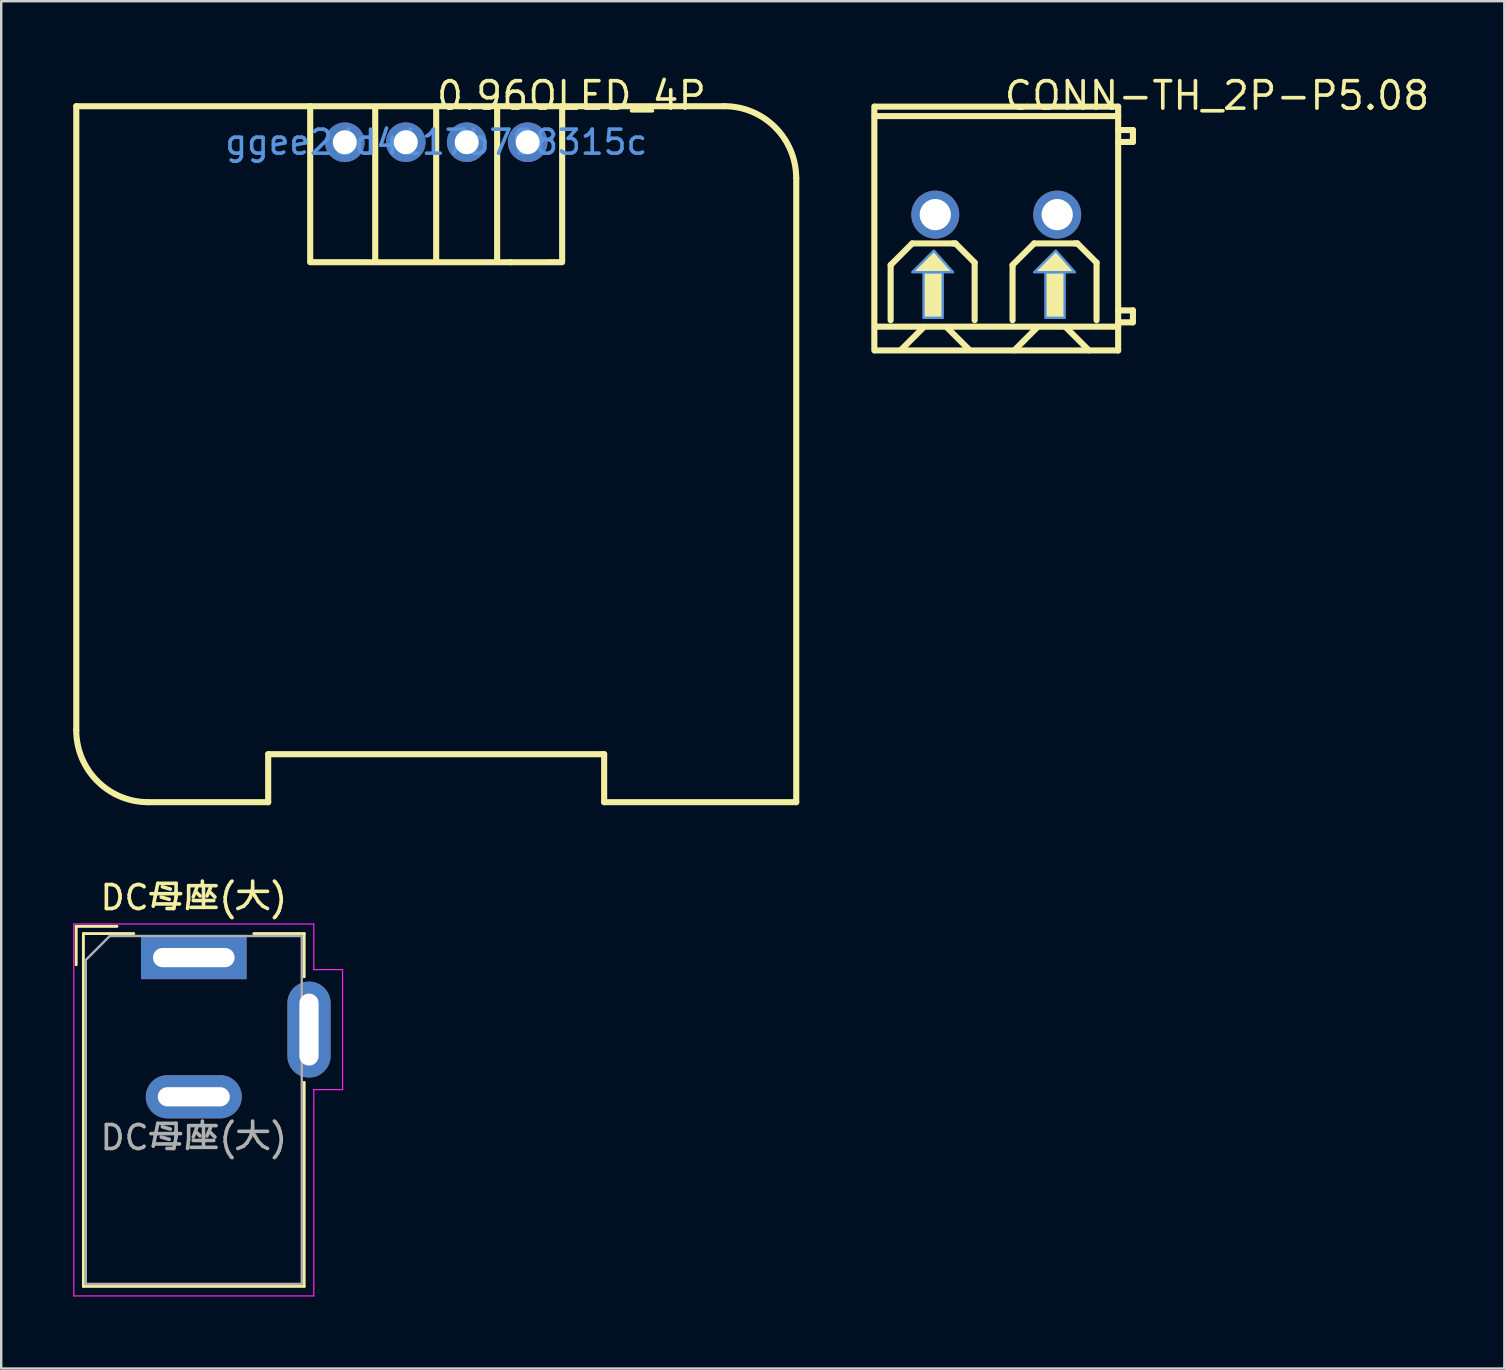
<source format=kicad_pcb>
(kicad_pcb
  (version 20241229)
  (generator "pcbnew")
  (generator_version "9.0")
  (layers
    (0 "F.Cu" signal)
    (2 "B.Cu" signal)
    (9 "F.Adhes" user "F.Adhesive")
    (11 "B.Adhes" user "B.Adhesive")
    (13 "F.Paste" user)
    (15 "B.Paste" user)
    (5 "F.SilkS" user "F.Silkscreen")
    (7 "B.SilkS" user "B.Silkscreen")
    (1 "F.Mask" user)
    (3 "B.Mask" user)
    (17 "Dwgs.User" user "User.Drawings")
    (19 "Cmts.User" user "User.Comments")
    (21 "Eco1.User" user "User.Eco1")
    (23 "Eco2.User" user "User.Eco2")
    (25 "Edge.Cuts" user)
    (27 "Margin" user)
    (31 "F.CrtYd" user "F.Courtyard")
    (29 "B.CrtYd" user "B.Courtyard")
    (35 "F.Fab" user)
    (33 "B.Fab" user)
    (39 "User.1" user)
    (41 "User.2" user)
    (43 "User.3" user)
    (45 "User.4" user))
  (footprint "DC母座(大)"
    (layer "F.Cu")
    (at 5.025 36.852)
    (property "Reference" "DC母座(大)" (at 0 -2.5 180) (layer "F.SilkS") (effects (font (size 1 1) (thickness 0.15))))
    (attr through_hole)
    (fp_line (start -4.9 -1.3) (end -4.9 0.3) (stroke (width 0.12) (type solid)) (layer "F.SilkS"))
    (fp_line (start -4.6 -1) (end -2.5 -1) (stroke (width 0.12) (type solid)) (layer "F.SilkS"))
    (fp_line (start -4.6 13.7) (end -4.6 -1) (stroke (width 0.12) (type solid)) (layer "F.SilkS"))
    (fp_line (start -3.2 -1.3) (end -4.9 -1.3) (stroke (width 0.12) (type solid)) (layer "F.SilkS"))
    (fp_line (start 2.5 -1) (end 4.6 -1) (stroke (width 0.12) (type solid)) (layer "F.SilkS"))
    (fp_line (start 4.6 -1) (end 4.6 0.8) (stroke (width 0.12) (type solid)) (layer "F.SilkS"))
    (fp_line (start 4.6 5.2) (end 4.6 13.7) (stroke (width 0.12) (type solid)) (layer "F.SilkS"))
    (fp_line (start 4.6 13.7) (end -4.6 13.7) (stroke (width 0.12) (type solid)) (layer "F.SilkS"))
    (fp_line (start -5 -1.4) (end -5 14.1) (stroke (width 0.05) (type solid)) (layer "F.CrtYd"))
    (fp_line (start -5 14.1) (end 5 14.1) (stroke (width 0.05) (type solid)) (layer "F.CrtYd"))
    (fp_line (start 5 -1.4) (end -5 -1.4) (stroke (width 0.05) (type solid)) (layer "F.CrtYd"))
    (fp_line (start 5 0.5) (end 5 -1.4) (stroke (width 0.05) (type solid)) (layer "F.CrtYd"))
    (fp_line (start 5 14.1) (end 5 5.5) (stroke (width 0.05) (type solid)) (layer "F.CrtYd"))
    (fp_line (start 6.2 0.5) (end 5 0.5) (stroke (width 0.05) (type solid)) (layer "F.CrtYd"))
    (fp_line (start 6.2 0.5) (end 6.2 5.5) (stroke (width 0.05) (type solid)) (layer "F.CrtYd"))
    (fp_line (start 6.2 5.5) (end 5 5.5) (stroke (width 0.05) (type solid)) (layer "F.CrtYd"))
    (fp_line (start -4.5 0.1) (end -3.5 -0.9) (stroke (width 0.1) (type solid)) (layer "F.Fab"))
    (fp_line (start -4.5 13.6) (end -4.5 0.1) (stroke (width 0.1) (type solid)) (layer "F.Fab"))
    (fp_line (start 4.5 -0.9) (end -3.5 -0.9) (stroke (width 0.1) (type solid)) (layer "F.Fab"))
    (fp_line (start 4.5 -0.9) (end 4.5 13.6) (stroke (width 0.1) (type solid)) (layer "F.Fab"))
    (fp_line (start 4.5 13.6) (end -4.5 13.6) (stroke (width 0.1) (type solid)) (layer "F.Fab"))
    (fp_text user "${REFERENCE}" (at 0 7.5 180) (layer "F.Fab") (effects (font (size 1 1) (thickness 0.15))))
    (pad "1" thru_hole rect (at 0 0) (size 4.4 1.8) (drill oval 3.4 0.8) (layers "*.Cu" "*.Mask"))
    (pad "2" thru_hole oval (at 0 5.8) (size 4 1.8) (drill oval 3 0.8) (layers "*.Cu" "*.Mask"))
    (pad "3" thru_hole oval (at 4.8 3 90) (size 4 1.8) (drill oval 3 0.8) (layers "*.Cu" "*.Mask")))
  (footprint "CONN-TH_2P-P5.08"
    (layer "F.Cu")
    (at 38.463 5.893)
    (property "Reference" "CONN-TH_2P-P5.08" (at 0.254 -4.958 0) (layer "F.SilkS") (effects (font (size 1.143 1.143) (thickness 0.152)) (justify left)))
    (attr through_hole)
    (fp_line (start -5.08 5.657) (end -5.08 -4.503) (stroke (width 0.254) (type solid)) (layer "F.SilkS"))
    (fp_line (start -4.4 2.1) (end -3.5 1.2) (stroke (width 0.254) (type solid)) (layer "F.SilkS"))
    (fp_line (start -4.4 4.4) (end -4.4 2.1) (stroke (width 0.254) (type solid)) (layer "F.SilkS"))
    (fp_line (start -3.5 1.2) (end -1.8 1.2) (stroke (width 0.254) (type solid)) (layer "F.SilkS"))
    (fp_line (start -3.01 4.678) (end -3.97 5.638) (stroke (width 0.254) (type solid)) (layer "F.SilkS"))
    (fp_line (start -2.08 4.678) (end -1.12 5.638) (stroke (width 0.254) (type solid)) (layer "F.SilkS"))
    (fp_line (start -1.8 1.2) (end -1.7 1.2) (stroke (width 0.254) (type solid)) (layer "F.SilkS"))
    (fp_line (start -1.7 1.2) (end -0.9 2) (stroke (width 0.254) (type solid)) (layer "F.SilkS"))
    (fp_line (start -0.9 2) (end -0.9 4.4) (stroke (width 0.254) (type solid)) (layer "F.SilkS"))
    (fp_line (start 0.68 2.1) (end 1.58 1.2) (stroke (width 0.254) (type solid)) (layer "F.SilkS"))
    (fp_line (start 0.68 4.4) (end 0.68 2.1) (stroke (width 0.254) (type solid)) (layer "F.SilkS"))
    (fp_line (start 1.58 1.2) (end 3.28 1.2) (stroke (width 0.254) (type solid)) (layer "F.SilkS"))
    (fp_line (start 1.71 4.696) (end 0.75 5.656) (stroke (width 0.254) (type solid)) (layer "F.SilkS"))
    (fp_line (start 2.9 4.696) (end 3.86 5.656) (stroke (width 0.254) (type solid)) (layer "F.SilkS"))
    (fp_line (start 3.28 1.2) (end 3.38 1.2) (stroke (width 0.254) (type solid)) (layer "F.SilkS"))
    (fp_line (start 3.38 1.2) (end 4.18 2) (stroke (width 0.254) (type solid)) (layer "F.SilkS"))
    (fp_line (start 4.18 2) (end 4.18 4.4) (stroke (width 0.254) (type solid)) (layer "F.SilkS"))
    (fp_line (start 5.08 -4.5) (end -5.054 -4.5) (stroke (width 0.254) (type solid)) (layer "F.SilkS"))
    (fp_line (start 5.08 -4.105) (end -5.065 -4.105) (stroke (width 0.254) (type solid)) (layer "F.SilkS"))
    (fp_line (start 5.08 -3.525) (end 5.695 -3.525) (stroke (width 0.254) (type solid)) (layer "F.SilkS"))
    (fp_line (start 5.08 3.991) (end 5.695 3.991) (stroke (width 0.254) (type solid)) (layer "F.SilkS"))
    (fp_line (start 5.08 4.669) (end -5.036 4.669) (stroke (width 0.254) (type solid)) (layer "F.SilkS"))
    (fp_line (start 5.08 5.66) (end -5.054 5.66) (stroke (width 0.254) (type solid)) (layer "F.SilkS"))
    (fp_line (start 5.08 5.66) (end 5.08 -4.5) (stroke (width 0.254) (type solid)) (layer "F.SilkS"))
    (fp_line (start 5.695 -3.525) (end 5.695 -3.027) (stroke (width 0.254) (type solid)) (layer "F.SilkS"))
    (fp_line (start 5.695 -3.027) (end 5.08 -3.027) (stroke (width 0.254) (type solid)) (layer "F.SilkS"))
    (fp_line (start 5.695 3.991) (end 5.695 4.488) (stroke (width 0.254) (type solid)) (layer "F.SilkS"))
    (fp_line (start 5.695 4.488) (end 5.08 4.488) (stroke (width 0.254) (type solid)) (layer "F.SilkS"))
    (fp_poly (pts (xy -2.6 1.5) (xy -3.5 2.4) (xy -1.8 2.4)) (stroke (width 0) (type solid)) (fill yes) (layer "F.SilkS"))
    (fp_poly (pts (xy 2.48 1.5) (xy 1.58 2.4) (xy 3.28 2.4)) (stroke (width 0) (type solid)) (fill yes) (layer "F.SilkS"))
    (fp_poly (pts (xy -3.03 2.4) (xy -3.03 4.3) (xy -2.23 4.3) (xy -2.23 2.4)) (stroke (width 0) (type solid)) (fill yes) (layer "F.SilkS"))
    (fp_poly (pts (xy 2.05 2.4) (xy 2.05 4.3) (xy 2.85 4.3) (xy 2.85 2.4)) (stroke (width 0) (type solid)) (fill yes) (layer "F.SilkS"))
    (fp_poly (pts (xy -2.6 1.5) (xy -3.5 2.4) (xy -1.8 2.4)) (stroke (width 0.1) (type solid)) (fill no) (layer "Cmts.User"))
    (fp_poly (pts (xy 2.48 1.5) (xy 1.58 2.4) (xy 3.28 2.4)) (stroke (width 0.1) (type solid)) (fill no) (layer "Cmts.User"))
    (fp_poly (pts (xy -3.03 2.4) (xy -3.03 4.3) (xy -2.23 4.3) (xy -2.23 2.4)) (stroke (width 0.1) (type solid)) (fill no) (layer "Cmts.User"))
    (fp_poly (pts (xy 2.05 2.4) (xy 2.05 4.3) (xy 2.85 4.3) (xy 2.85 2.4)) (stroke (width 0.1) (type solid)) (fill no) (layer "Cmts.User"))
    (pad "1" thru_hole circle (at -2.54 0 180) (size 2 2) (drill 1.3) (layers "*.Cu" "*.Paste" "*.Mask"))
    (pad "2" thru_hole circle (at 2.54 0 180) (size 2 2) (drill 1.3) (layers "*.Cu" "*.Paste" "*.Mask")))
  (footprint "0.96OLED_4P"
    (layer "F.Cu")
    (at 15.128 2.877)
    (property "Reference" "0.96OLED_4P" (at -0.072 -1.942 0) (layer "F.SilkS") (effects (font (size 1.143 1.143) (thickness 0.152)) (justify left)))
    (attr through_hole)
    (fp_line (start -14.999 -1.501) (end -14.999 24.499) (stroke (width 0.254) (type solid)) (layer "F.SilkS"))
    (fp_line (start -14.999 -1.501) (end 11.997 -1.501) (stroke (width 0.254) (type solid)) (layer "F.SilkS"))
    (fp_line (start -12.003 27.499) (end -7.003 27.499) (stroke (width 0.254) (type solid)) (layer "F.SilkS"))
    (fp_line (start -7.003 25.5) (end 6.997 25.5) (stroke (width 0.254) (type solid)) (layer "F.SilkS"))
    (fp_line (start -7.003 27.499) (end -7.003 25.5) (stroke (width 0.254) (type solid)) (layer "F.SilkS"))
    (fp_line (start -5.252 -1.501) (end -5.252 4.952) (stroke (width 0.254) (type solid)) (layer "F.SilkS"))
    (fp_line (start -5.252 4.999) (end 3.101 5) (stroke (width 0.254) (type solid)) (layer "F.SilkS"))
    (fp_line (start -2.543 4.952) (end -2.543 -1.398) (stroke (width 0.254) (type solid)) (layer "F.SilkS"))
    (fp_line (start -0.003 -1.501) (end -0.003 4.952) (stroke (width 0.254) (type solid)) (layer "F.SilkS"))
    (fp_line (start 2.537 4.952) (end 2.537 -1.398) (stroke (width 0.254) (type solid)) (layer "F.SilkS"))
    (fp_line (start 3.101 5) (end 5.247 4.999) (stroke (width 0.254) (type solid)) (layer "F.SilkS"))
    (fp_line (start 5.247 4.952) (end 5.247 -1.503) (stroke (width 0.254) (type solid)) (layer "F.SilkS"))
    (fp_line (start 6.997 27.498) (end 6.997 25.499) (stroke (width 0.254) (type solid)) (layer "F.SilkS"))
    (fp_line (start 6.997 27.499) (end 15.001 27.499) (stroke (width 0.254) (type solid)) (layer "F.SilkS"))
    (fp_line (start 15.001 1.499) (end 15.001 27.499) (stroke (width 0.254) (type solid)) (layer "F.SilkS"))
    (fp_arc (start -12.001 27.499) (mid -14.122136 26.620506) (end -15.001 24.499524) (stroke (width 0.254) (type solid)) (layer "F.SilkS"))
    (fp_arc (start 11.999 -1.503) (mid 14.121042 -0.623598) (end 14.998999 1.499042) (stroke (width 0.254) (type solid)) (layer "F.SilkS"))
    (fp_text user "ggee2dd4117b798315c" (at 0 0 0) (layer "Cmts.User") (effects (font (size 1 1) (thickness 0.15))))
    (pad "1" thru_hole circle (at -3.81 0.001) (size 1.65 1.65) (drill 1) (layers "*.Cu" "*.Paste" "*.Mask"))
    (pad "2" thru_hole circle (at -1.27 -0.001) (size 1.65 1.65) (drill 1) (layers "*.Cu" "*.Paste" "*.Mask"))
    (pad "3" thru_hole circle (at 1.27 -0.001) (size 1.65 1.65) (drill 1) (layers "*.Cu" "*.Paste" "*.Mask"))
    (pad "4" thru_hole circle (at 3.81 -0.001) (size 1.65 1.65) (drill 1) (layers "*.Cu" "*.Paste" "*.Mask")))
  (gr_rect
    (start -3 -3)
    (end 59.634 53.977)
    (stroke (width 0.1) (type default))
    (fill no)
    (layer "Edge.Cuts")))
</source>
